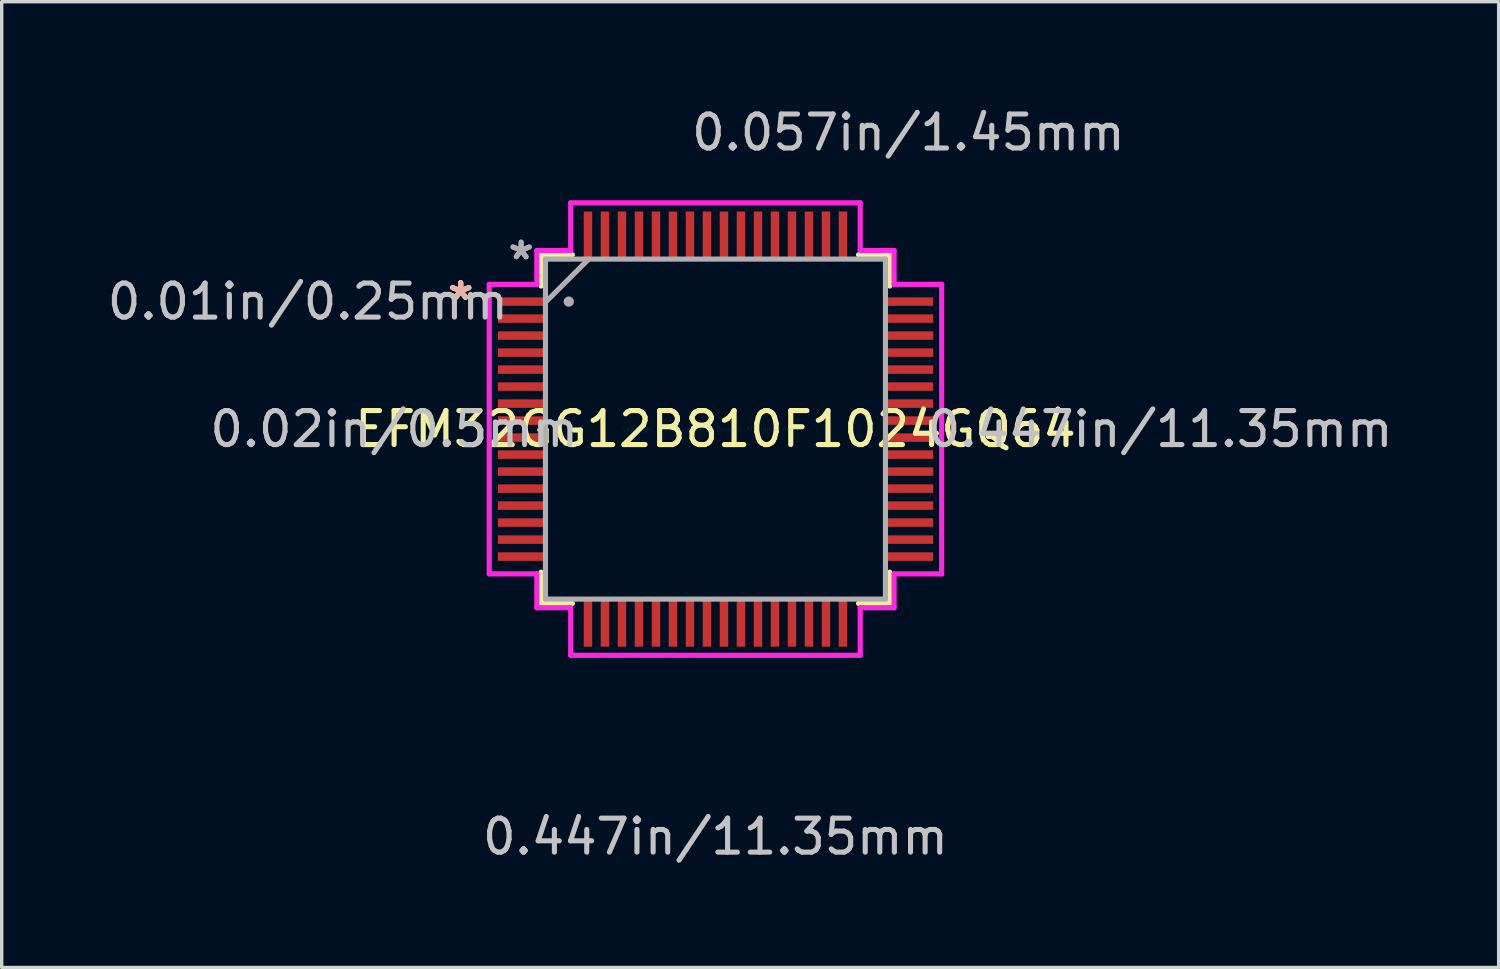
<source format=kicad_pcb>
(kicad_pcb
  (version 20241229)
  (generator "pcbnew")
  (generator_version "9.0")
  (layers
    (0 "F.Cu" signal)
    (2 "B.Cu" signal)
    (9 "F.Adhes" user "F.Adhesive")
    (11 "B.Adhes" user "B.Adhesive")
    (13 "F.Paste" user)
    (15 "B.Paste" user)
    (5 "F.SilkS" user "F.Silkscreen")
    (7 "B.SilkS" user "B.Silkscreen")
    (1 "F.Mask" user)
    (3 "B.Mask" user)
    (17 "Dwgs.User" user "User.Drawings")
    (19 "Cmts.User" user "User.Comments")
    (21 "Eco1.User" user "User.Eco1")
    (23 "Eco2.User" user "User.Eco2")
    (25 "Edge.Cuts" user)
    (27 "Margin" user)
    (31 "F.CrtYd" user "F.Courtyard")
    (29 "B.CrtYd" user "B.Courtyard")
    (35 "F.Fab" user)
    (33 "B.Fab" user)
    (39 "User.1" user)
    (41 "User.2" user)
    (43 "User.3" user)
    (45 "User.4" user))
  (footprint "EFM32GG12B810F1024GQ64"
    (layer "F.Cu")
    (at 17.994 9.571)
    (property "Reference" "EFM32GG12B810F1024GQ64" (at 0 0 0) (layer "F.SilkS") (effects (font (size 1 1) (thickness 0.15))))
    (attr through_hole)
    (fp_line (start -5.127 -5.127) (end -5.127 -4.208) (stroke (width 0.152) (type solid)) (layer "F.SilkS"))
    (fp_line (start -5.127 4.208) (end -5.127 5.127) (stroke (width 0.152) (type solid)) (layer "F.SilkS"))
    (fp_line (start -5.127 5.127) (end -4.208 5.127) (stroke (width 0.152) (type solid)) (layer "F.SilkS"))
    (fp_line (start -4.208 -5.127) (end -5.127 -5.127) (stroke (width 0.152) (type solid)) (layer "F.SilkS"))
    (fp_line (start 4.208 5.127) (end 5.127 5.127) (stroke (width 0.152) (type solid)) (layer "F.SilkS"))
    (fp_line (start 5.127 -5.127) (end 4.208 -5.127) (stroke (width 0.152) (type solid)) (layer "F.SilkS"))
    (fp_line (start 5.127 -4.208) (end 5.127 -5.127) (stroke (width 0.152) (type solid)) (layer "F.SilkS"))
    (fp_line (start 5.127 5.127) (end 5.127 4.208) (stroke (width 0.152) (type solid)) (layer "F.SilkS"))
    (fp_line (start -6.654 -4.258) (end -5.254 -4.258) (stroke (width 0.152) (type solid)) (layer "F.CrtYd"))
    (fp_line (start -6.654 4.258) (end -6.654 -4.258) (stroke (width 0.152) (type solid)) (layer "F.CrtYd"))
    (fp_line (start -5.254 -5.254) (end -4.258 -5.254) (stroke (width 0.152) (type solid)) (layer "F.CrtYd"))
    (fp_line (start -5.254 -4.258) (end -5.254 -5.254) (stroke (width 0.152) (type solid)) (layer "F.CrtYd"))
    (fp_line (start -5.254 4.258) (end -6.654 4.258) (stroke (width 0.152) (type solid)) (layer "F.CrtYd"))
    (fp_line (start -5.254 5.254) (end -5.254 4.258) (stroke (width 0.152) (type solid)) (layer "F.CrtYd"))
    (fp_line (start -4.258 -6.654) (end 4.258 -6.654) (stroke (width 0.152) (type solid)) (layer "F.CrtYd"))
    (fp_line (start -4.258 -5.254) (end -4.258 -6.654) (stroke (width 0.152) (type solid)) (layer "F.CrtYd"))
    (fp_line (start -4.258 5.254) (end -5.254 5.254) (stroke (width 0.152) (type solid)) (layer "F.CrtYd"))
    (fp_line (start -4.258 6.654) (end -4.258 5.254) (stroke (width 0.152) (type solid)) (layer "F.CrtYd"))
    (fp_line (start 4.258 -6.654) (end 4.258 -5.254) (stroke (width 0.152) (type solid)) (layer "F.CrtYd"))
    (fp_line (start 4.258 -5.254) (end 5.254 -5.254) (stroke (width 0.152) (type solid)) (layer "F.CrtYd"))
    (fp_line (start 4.258 5.254) (end 4.258 6.654) (stroke (width 0.152) (type solid)) (layer "F.CrtYd"))
    (fp_line (start 4.258 6.654) (end -4.258 6.654) (stroke (width 0.152) (type solid)) (layer "F.CrtYd"))
    (fp_line (start 5.254 -5.254) (end 5.254 -4.258) (stroke (width 0.152) (type solid)) (layer "F.CrtYd"))
    (fp_line (start 5.254 -4.258) (end 6.654 -4.258) (stroke (width 0.152) (type solid)) (layer "F.CrtYd"))
    (fp_line (start 5.254 4.258) (end 5.254 5.254) (stroke (width 0.152) (type solid)) (layer "F.CrtYd"))
    (fp_line (start 5.254 5.254) (end 4.258 5.254) (stroke (width 0.152) (type solid)) (layer "F.CrtYd"))
    (fp_line (start 6.654 -4.258) (end 6.654 4.258) (stroke (width 0.152) (type solid)) (layer "F.CrtYd"))
    (fp_line (start 6.654 4.258) (end 5.254 4.258) (stroke (width 0.152) (type solid)) (layer "F.CrtYd"))
    (fp_line (start -5 -5) (end -5 5) (stroke (width 0.152) (type solid)) (layer "F.Fab"))
    (fp_line (start -5 -3.73) (end -3.73 -5) (stroke (width 0.152) (type solid)) (layer "F.Fab"))
    (fp_line (start -5 5) (end 5 5) (stroke (width 0.152) (type solid)) (layer "F.Fab"))
    (fp_line (start 5 -5) (end -5 -5) (stroke (width 0.152) (type solid)) (layer "F.Fab"))
    (fp_line (start 5 5) (end 5 -5) (stroke (width 0.152) (type solid)) (layer "F.Fab"))
    (fp_circle (center -4.315 -3.75) (end -4.315 -3.75) (stroke (width 0.152) (type solid)) (fill no) (layer "F.Fab"))
    (fp_text user "*" (at -7.493 -3.759 0) (layer "F.SilkS") (effects (font (size 1 1) (thickness 0.15))))
    (fp_text user "*" (at -7.493 -3.759 0) (layer "F.SilkS") (effects (font (size 1 1) (thickness 0.15))))
    (fp_text user "*" (at -7.493 -3.759 0) (layer "B.SilkS") (effects (font (size 1 1) (thickness 0.15))))
    (fp_text user "0.447in/11.35mm" (at 13.078 0 0) (layer "Dwgs.User") (effects (font (size 1 1) (thickness 0.15))))
    (fp_text user "0.01in/0.25mm" (at -11.988 -3.75 0) (layer "Dwgs.User") (effects (font (size 1 1) (thickness 0.15))))
    (fp_text user "0.447in/11.35mm" (at 0 11.988 0) (layer "Dwgs.User") (effects (font (size 1 1) (thickness 0.15))))
    (fp_text user "0.02in/0.5mm" (at -9.448 0 0) (layer "Dwgs.User") (effects (font (size 1 1) (thickness 0.15))))
    (fp_text user "0.057in/1.45mm" (at 5.675 -8.723 0) (layer "Dwgs.User") (effects (font (size 1 1) (thickness 0.15))))
    (fp_text user "Copyright 2016 Accelerated Designs. All rights reserved." (at 0 0 0) (layer "Cmts.User") (effects (font (size 0.127 0.127) (thickness 0.002))))
    (fp_text user "*" (at -5.715 -4.953 0) (layer "F.Fab") (effects (font (size 1 1) (thickness 0.15))))
    (fp_text user "*" (at -5.715 -4.953 0) (layer "F.Fab") (effects (font (size 1 1) (thickness 0.15))))
    (pad "1" smd rect (at -5.675 -3.75) (size 1.45 0.25) (layers "F.Cu" "F.Mask" "F.Paste"))
    (pad "2" smd rect (at -5.675 -3.25) (size 1.45 0.25) (layers "F.Cu" "F.Mask" "F.Paste"))
    (pad "3" smd rect (at -5.675 -2.75) (size 1.45 0.25) (layers "F.Cu" "F.Mask" "F.Paste"))
    (pad "4" smd rect (at -5.675 -2.25) (size 1.45 0.25) (layers "F.Cu" "F.Mask" "F.Paste"))
    (pad "5" smd rect (at -5.675 -1.75) (size 1.45 0.25) (layers "F.Cu" "F.Mask" "F.Paste"))
    (pad "6" smd rect (at -5.675 -1.25) (size 1.45 0.25) (layers "F.Cu" "F.Mask" "F.Paste"))
    (pad "7" smd rect (at -5.675 -0.75) (size 1.45 0.25) (layers "F.Cu" "F.Mask" "F.Paste"))
    (pad "8" smd rect (at -5.675 -0.25) (size 1.45 0.25) (layers "F.Cu" "F.Mask" "F.Paste"))
    (pad "9" smd rect (at -5.675 0.25) (size 1.45 0.25) (layers "F.Cu" "F.Mask" "F.Paste"))
    (pad "10" smd rect (at -5.675 0.75) (size 1.45 0.25) (layers "F.Cu" "F.Mask" "F.Paste"))
    (pad "11" smd rect (at -5.675 1.25) (size 1.45 0.25) (layers "F.Cu" "F.Mask" "F.Paste"))
    (pad "12" smd rect (at -5.675 1.75) (size 1.45 0.25) (layers "F.Cu" "F.Mask" "F.Paste"))
    (pad "13" smd rect (at -5.675 2.25) (size 1.45 0.25) (layers "F.Cu" "F.Mask" "F.Paste"))
    (pad "14" smd rect (at -5.675 2.75) (size 1.45 0.25) (layers "F.Cu" "F.Mask" "F.Paste"))
    (pad "15" smd rect (at -5.675 3.25) (size 1.45 0.25) (layers "F.Cu" "F.Mask" "F.Paste"))
    (pad "16" smd rect (at -5.675 3.75) (size 1.45 0.25) (layers "F.Cu" "F.Mask" "F.Paste"))
    (pad "17" smd rect (at -3.75 5.675 90) (size 1.45 0.25) (layers "F.Cu" "F.Mask" "F.Paste"))
    (pad "18" smd rect (at -3.25 5.675 90) (size 1.45 0.25) (layers "F.Cu" "F.Mask" "F.Paste"))
    (pad "19" smd rect (at -2.75 5.675 90) (size 1.45 0.25) (layers "F.Cu" "F.Mask" "F.Paste"))
    (pad "20" smd rect (at -2.25 5.675 90) (size 1.45 0.25) (layers "F.Cu" "F.Mask" "F.Paste"))
    (pad "21" smd rect (at -1.75 5.675 90) (size 1.45 0.25) (layers "F.Cu" "F.Mask" "F.Paste"))
    (pad "22" smd rect (at -1.25 5.675 90) (size 1.45 0.25) (layers "F.Cu" "F.Mask" "F.Paste"))
    (pad "23" smd rect (at -0.75 5.675 90) (size 1.45 0.25) (layers "F.Cu" "F.Mask" "F.Paste"))
    (pad "24" smd rect (at -0.25 5.675 90) (size 1.45 0.25) (layers "F.Cu" "F.Mask" "F.Paste"))
    (pad "25" smd rect (at 0.25 5.675 90) (size 1.45 0.25) (layers "F.Cu" "F.Mask" "F.Paste"))
    (pad "26" smd rect (at 0.75 5.675 90) (size 1.45 0.25) (layers "F.Cu" "F.Mask" "F.Paste"))
    (pad "27" smd rect (at 1.25 5.675 90) (size 1.45 0.25) (layers "F.Cu" "F.Mask" "F.Paste"))
    (pad "28" smd rect (at 1.75 5.675 90) (size 1.45 0.25) (layers "F.Cu" "F.Mask" "F.Paste"))
    (pad "29" smd rect (at 2.25 5.675 90) (size 1.45 0.25) (layers "F.Cu" "F.Mask" "F.Paste"))
    (pad "30" smd rect (at 2.75 5.675 90) (size 1.45 0.25) (layers "F.Cu" "F.Mask" "F.Paste"))
    (pad "31" smd rect (at 3.25 5.675 90) (size 1.45 0.25) (layers "F.Cu" "F.Mask" "F.Paste"))
    (pad "32" smd rect (at 3.75 5.675 90) (size 1.45 0.25) (layers "F.Cu" "F.Mask" "F.Paste"))
    (pad "33" smd rect (at 5.675 3.75) (size 1.45 0.25) (layers "F.Cu" "F.Mask" "F.Paste"))
    (pad "34" smd rect (at 5.675 3.25) (size 1.45 0.25) (layers "F.Cu" "F.Mask" "F.Paste"))
    (pad "35" smd rect (at 5.675 2.75) (size 1.45 0.25) (layers "F.Cu" "F.Mask" "F.Paste"))
    (pad "36" smd rect (at 5.675 2.25) (size 1.45 0.25) (layers "F.Cu" "F.Mask" "F.Paste"))
    (pad "37" smd rect (at 5.675 1.75) (size 1.45 0.25) (layers "F.Cu" "F.Mask" "F.Paste"))
    (pad "38" smd rect (at 5.675 1.25) (size 1.45 0.25) (layers "F.Cu" "F.Mask" "F.Paste"))
    (pad "39" smd rect (at 5.675 0.75) (size 1.45 0.25) (layers "F.Cu" "F.Mask" "F.Paste"))
    (pad "40" smd rect (at 5.675 0.25) (size 1.45 0.25) (layers "F.Cu" "F.Mask" "F.Paste"))
    (pad "41" smd rect (at 5.675 -0.25) (size 1.45 0.25) (layers "F.Cu" "F.Mask" "F.Paste"))
    (pad "42" smd rect (at 5.675 -0.75) (size 1.45 0.25) (layers "F.Cu" "F.Mask" "F.Paste"))
    (pad "43" smd rect (at 5.675 -1.25) (size 1.45 0.25) (layers "F.Cu" "F.Mask" "F.Paste"))
    (pad "44" smd rect (at 5.675 -1.75) (size 1.45 0.25) (layers "F.Cu" "F.Mask" "F.Paste"))
    (pad "45" smd rect (at 5.675 -2.25) (size 1.45 0.25) (layers "F.Cu" "F.Mask" "F.Paste"))
    (pad "46" smd rect (at 5.675 -2.75) (size 1.45 0.25) (layers "F.Cu" "F.Mask" "F.Paste"))
    (pad "47" smd rect (at 5.675 -3.25) (size 1.45 0.25) (layers "F.Cu" "F.Mask" "F.Paste"))
    (pad "48" smd rect (at 5.675 -3.75) (size 1.45 0.25) (layers "F.Cu" "F.Mask" "F.Paste"))
    (pad "49" smd rect (at 3.75 -5.675 90) (size 1.45 0.25) (layers "F.Cu" "F.Mask" "F.Paste"))
    (pad "50" smd rect (at 3.25 -5.675 90) (size 1.45 0.25) (layers "F.Cu" "F.Mask" "F.Paste"))
    (pad "51" smd rect (at 2.75 -5.675 90) (size 1.45 0.25) (layers "F.Cu" "F.Mask" "F.Paste"))
    (pad "52" smd rect (at 2.25 -5.675 90) (size 1.45 0.25) (layers "F.Cu" "F.Mask" "F.Paste"))
    (pad "53" smd rect (at 1.75 -5.675 90) (size 1.45 0.25) (layers "F.Cu" "F.Mask" "F.Paste"))
    (pad "54" smd rect (at 1.25 -5.675 90) (size 1.45 0.25) (layers "F.Cu" "F.Mask" "F.Paste"))
    (pad "55" smd rect (at 0.75 -5.675 90) (size 1.45 0.25) (layers "F.Cu" "F.Mask" "F.Paste"))
    (pad "56" smd rect (at 0.25 -5.675 90) (size 1.45 0.25) (layers "F.Cu" "F.Mask" "F.Paste"))
    (pad "57" smd rect (at -0.25 -5.675 90) (size 1.45 0.25) (layers "F.Cu" "F.Mask" "F.Paste"))
    (pad "58" smd rect (at -0.75 -5.675 90) (size 1.45 0.25) (layers "F.Cu" "F.Mask" "F.Paste"))
    (pad "59" smd rect (at -1.25 -5.675 90) (size 1.45 0.25) (layers "F.Cu" "F.Mask" "F.Paste"))
    (pad "60" smd rect (at -1.75 -5.675 90) (size 1.45 0.25) (layers "F.Cu" "F.Mask" "F.Paste"))
    (pad "61" smd rect (at -2.25 -5.675 90) (size 1.45 0.25) (layers "F.Cu" "F.Mask" "F.Paste"))
    (pad "62" smd rect (at -2.75 -5.675 90) (size 1.45 0.25) (layers "F.Cu" "F.Mask" "F.Paste"))
    (pad "63" smd rect (at -3.25 -5.675 90) (size 1.45 0.25) (layers "F.Cu" "F.Mask" "F.Paste"))
    (pad "64" smd rect (at -3.75 -5.675 90) (size 1.45 0.25) (layers "F.Cu" "F.Mask" "F.Paste")))
  (gr_rect
    (start -3 -3)
    (end 41.03 25.407)
    (stroke (width 0.1) (type default))
    (fill no)
    (layer "Edge.Cuts")))
</source>
